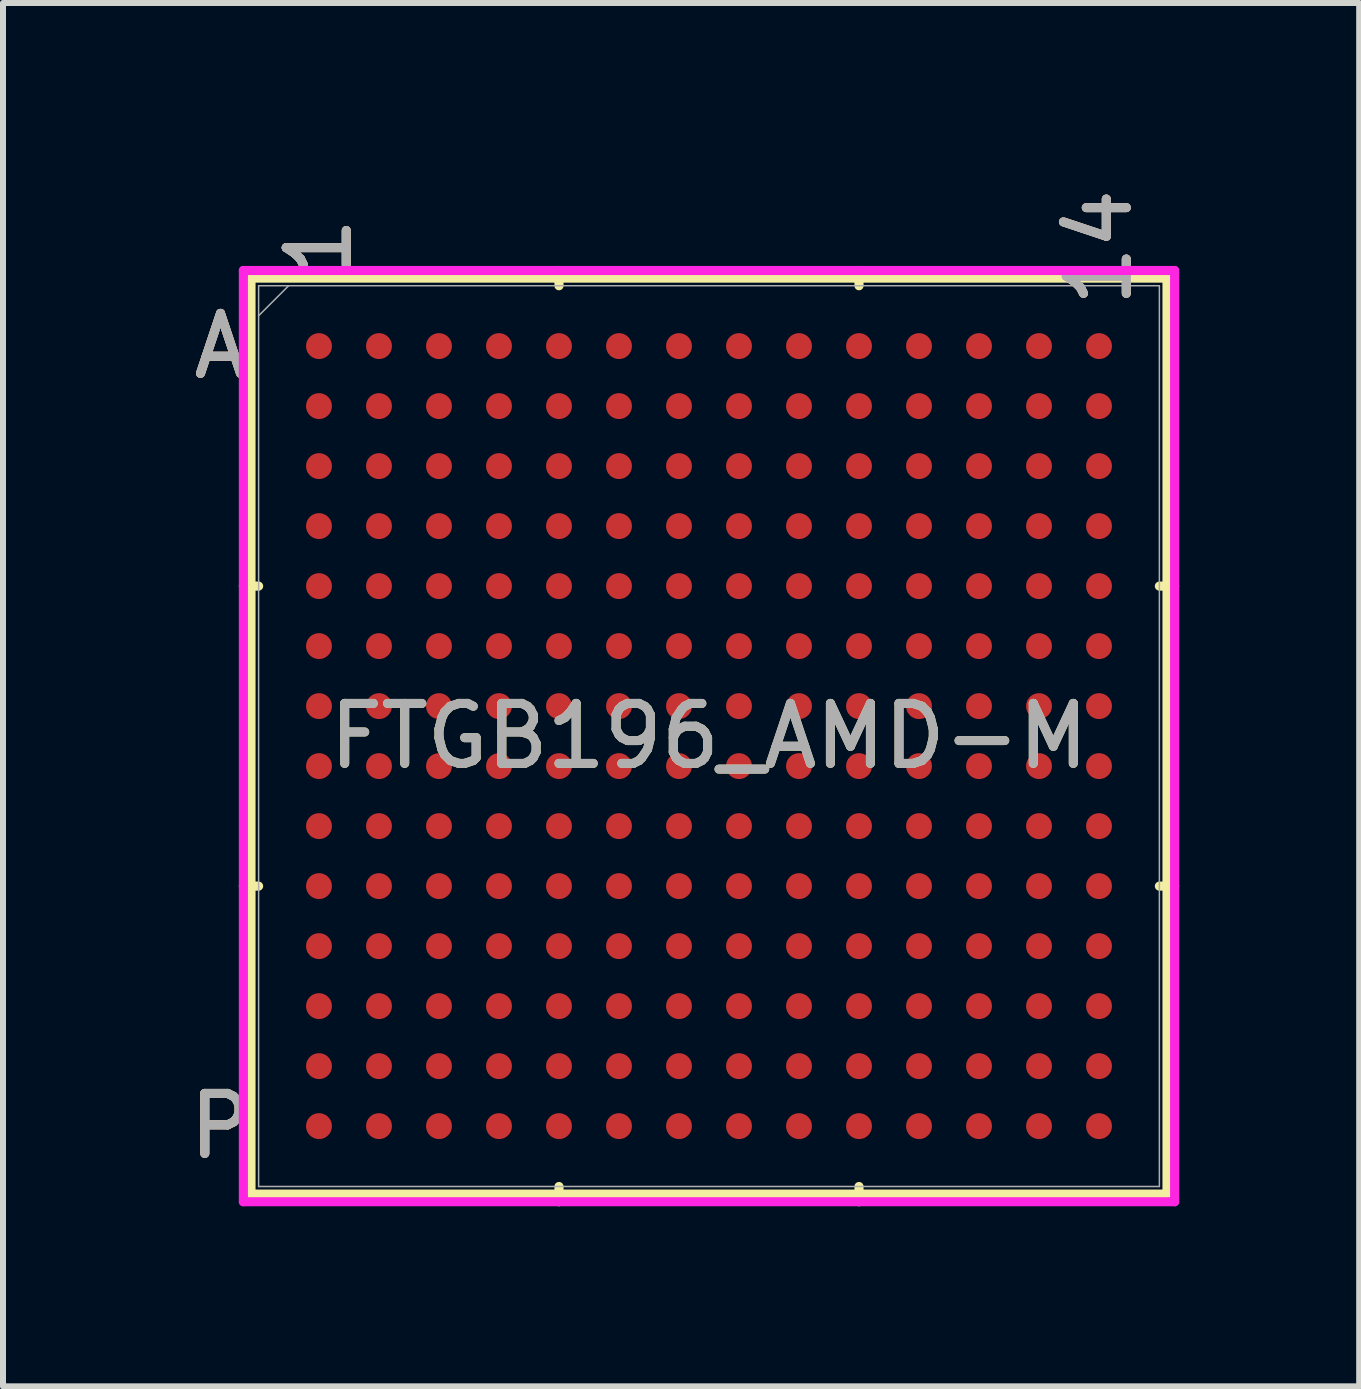
<source format=kicad_pcb>
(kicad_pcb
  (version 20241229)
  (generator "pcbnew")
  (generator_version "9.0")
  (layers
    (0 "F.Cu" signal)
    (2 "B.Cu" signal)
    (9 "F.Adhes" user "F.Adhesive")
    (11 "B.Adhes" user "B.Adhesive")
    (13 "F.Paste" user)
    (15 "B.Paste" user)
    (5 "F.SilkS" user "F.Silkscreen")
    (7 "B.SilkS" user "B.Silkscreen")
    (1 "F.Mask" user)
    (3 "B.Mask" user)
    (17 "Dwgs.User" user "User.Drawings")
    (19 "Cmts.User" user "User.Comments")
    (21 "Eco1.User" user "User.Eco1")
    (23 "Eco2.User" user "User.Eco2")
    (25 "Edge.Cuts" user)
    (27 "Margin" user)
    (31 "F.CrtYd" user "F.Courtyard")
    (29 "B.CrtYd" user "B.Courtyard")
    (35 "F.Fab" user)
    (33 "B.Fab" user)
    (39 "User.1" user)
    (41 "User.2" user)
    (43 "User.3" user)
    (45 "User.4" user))
  (footprint "FTGB196_AMD-M"
    (layer "F.Cu")
    (at 8.766 9.218)
    (property "Reference" "FTGB196_AMD-M" (at 0 0 0) (unlocked yes) (layer "F.SilkS") (effects (font (size 1 1) (thickness 0.15))))
    (attr smd)
    (fp_line (start -7.633 -7.633) (end -7.633 7.633) (stroke (width 0.152) (type solid)) (layer "F.SilkS"))
    (fp_line (start -7.633 7.633) (end 7.633 7.633) (stroke (width 0.152) (type solid)) (layer "F.SilkS"))
    (fp_line (start -7.506 -2.5) (end -7.76 -2.5) (stroke (width 0.152) (type solid)) (layer "F.SilkS"))
    (fp_line (start -7.506 2.5) (end -7.76 2.5) (stroke (width 0.152) (type solid)) (layer "F.SilkS"))
    (fp_line (start -2.5 -7.506) (end -2.5 -7.76) (stroke (width 0.152) (type solid)) (layer "F.SilkS"))
    (fp_line (start -2.5 7.506) (end -2.5 7.76) (stroke (width 0.152) (type solid)) (layer "F.SilkS"))
    (fp_line (start 2.5 -7.506) (end 2.5 -7.76) (stroke (width 0.152) (type solid)) (layer "F.SilkS"))
    (fp_line (start 2.5 7.506) (end 2.5 7.76) (stroke (width 0.152) (type solid)) (layer "F.SilkS"))
    (fp_line (start 7.506 -2.5) (end 7.76 -2.5) (stroke (width 0.152) (type solid)) (layer "F.SilkS"))
    (fp_line (start 7.506 2.5) (end 7.76 2.5) (stroke (width 0.152) (type solid)) (layer "F.SilkS"))
    (fp_line (start 7.633 -7.633) (end -7.633 -7.633) (stroke (width 0.152) (type solid)) (layer "F.SilkS"))
    (fp_line (start 7.633 7.633) (end 7.633 -7.633) (stroke (width 0.152) (type solid)) (layer "F.SilkS"))
    (fp_poly (pts (xy -7.508 -7.508) (xy 7.508 -7.508) (xy 7.508 7.508) (xy -7.508 7.508)) (stroke (width 0.1) (type solid)) (fill no) (layer "Eco2.User"))
    (fp_line (start -7.76 -7.76) (end 7.76 -7.76) (stroke (width 0.152) (type solid)) (layer "F.CrtYd"))
    (fp_line (start -7.76 7.76) (end -7.76 -7.76) (stroke (width 0.152) (type solid)) (layer "F.CrtYd"))
    (fp_line (start 7.76 -7.76) (end 7.76 7.76) (stroke (width 0.152) (type solid)) (layer "F.CrtYd"))
    (fp_line (start 7.76 7.76) (end -7.76 7.76) (stroke (width 0.152) (type solid)) (layer "F.CrtYd"))
    (fp_line (start -7.506 -7.506) (end -7.506 7.506) (stroke (width 0.025) (type solid)) (layer "F.Fab"))
    (fp_line (start -7.506 7.506) (end 7.506 7.506) (stroke (width 0.025) (type solid)) (layer "F.Fab"))
    (fp_line (start -7.006 -7.506) (end -7.506 -7.006) (stroke (width 0.025) (type solid)) (layer "F.Fab"))
    (fp_line (start 7.506 -7.506) (end -7.506 -7.506) (stroke (width 0.025) (type solid)) (layer "F.Fab"))
    (fp_line (start 7.506 7.506) (end 7.506 -7.506) (stroke (width 0.025) (type solid)) (layer "F.Fab"))
    (fp_text user "A" (at -8.141 -6.5 0) (unlocked yes) (layer "F.SilkS") (effects (font (size 1 1) (thickness 0.15))))
    (fp_text user "P" (at -8.141 6.5 0) (unlocked yes) (layer "F.SilkS") (effects (font (size 1 1) (thickness 0.15))))
    (fp_text user "1" (at -6.5 -8.141 90) (unlocked yes) (layer "F.SilkS") (effects (font (size 1 1) (thickness 0.15))))
    (fp_text user "14" (at 6.5 -8.141 90) (unlocked yes) (layer "F.SilkS") (effects (font (size 1 1) (thickness 0.15))))
    (fp_text user "A" (at -8.141 -6.5 0) (unlocked yes) (layer "B.SilkS") (effects (font (size 1 1) (thickness 0.15))))
    (fp_text user "1" (at -6.5 -8.141 90) (unlocked yes) (layer "B.SilkS") (effects (font (size 1 1) (thickness 0.15))))
    (fp_text user "14" (at 6.5 -8.141 90) (unlocked yes) (layer "B.SilkS") (effects (font (size 1 1) (thickness 0.15))))
    (fp_text user "P" (at -8.141 6.5 0) (unlocked yes) (layer "B.SilkS") (effects (font (size 1 1) (thickness 0.15))))
    (fp_text user "P" (at -8.141 6.5 0) (unlocked yes) (layer "F.Fab") (effects (font (size 1 1) (thickness 0.15))))
    (fp_text user "14" (at 6.5 -8.141 90) (unlocked yes) (layer "F.Fab") (effects (font (size 1 1) (thickness 0.15))))
    (fp_text user "A" (at -8.141 -6.5 0) (unlocked yes) (layer "F.Fab") (effects (font (size 1 1) (thickness 0.15))))
    (fp_text user "${REFERENCE}" (at 0 0 0) (unlocked yes) (layer "F.Fab") (effects (font (size 1 1) (thickness 0.15))))
    (fp_text user "1" (at -6.5 -8.141 90) (unlocked yes) (layer "F.Fab") (effects (font (size 1 1) (thickness 0.15))))
    (pad "A1" smd circle (at -6.5 -6.5) (size 0.432 0.432) (layers "F.Cu" "F.Mask" "F.Paste"))
    (pad "A2" smd circle (at -5.5 -6.5) (size 0.432 0.432) (layers "F.Cu" "F.Mask" "F.Paste"))
    (pad "A3" smd circle (at -4.5 -6.5) (size 0.432 0.432) (layers "F.Cu" "F.Mask" "F.Paste"))
    (pad "A4" smd circle (at -3.5 -6.5) (size 0.432 0.432) (layers "F.Cu" "F.Mask" "F.Paste"))
    (pad "A5" smd circle (at -2.5 -6.5) (size 0.432 0.432) (layers "F.Cu" "F.Mask" "F.Paste"))
    (pad "A6" smd circle (at -1.5 -6.5) (size 0.432 0.432) (layers "F.Cu" "F.Mask" "F.Paste"))
    (pad "A7" smd circle (at -0.5 -6.5) (size 0.432 0.432) (layers "F.Cu" "F.Mask" "F.Paste"))
    (pad "A8" smd circle (at 0.5 -6.5) (size 0.432 0.432) (layers "F.Cu" "F.Mask" "F.Paste"))
    (pad "A9" smd circle (at 1.5 -6.5) (size 0.432 0.432) (layers "F.Cu" "F.Mask" "F.Paste"))
    (pad "A10" smd circle (at 2.5 -6.5) (size 0.432 0.432) (layers "F.Cu" "F.Mask" "F.Paste"))
    (pad "A11" smd circle (at 3.5 -6.5) (size 0.432 0.432) (layers "F.Cu" "F.Mask" "F.Paste"))
    (pad "A12" smd circle (at 4.5 -6.5) (size 0.432 0.432) (layers "F.Cu" "F.Mask" "F.Paste"))
    (pad "A13" smd circle (at 5.5 -6.5) (size 0.432 0.432) (layers "F.Cu" "F.Mask" "F.Paste"))
    (pad "A14" smd circle (at 6.5 -6.5) (size 0.432 0.432) (layers "F.Cu" "F.Mask" "F.Paste"))
    (pad "B1" smd circle (at -6.5 -5.5) (size 0.432 0.432) (layers "F.Cu" "F.Mask" "F.Paste"))
    (pad "B2" smd circle (at -5.5 -5.5) (size 0.432 0.432) (layers "F.Cu" "F.Mask" "F.Paste"))
    (pad "B3" smd circle (at -4.5 -5.5) (size 0.432 0.432) (layers "F.Cu" "F.Mask" "F.Paste"))
    (pad "B4" smd circle (at -3.5 -5.5) (size 0.432 0.432) (layers "F.Cu" "F.Mask" "F.Paste"))
    (pad "B5" smd circle (at -2.5 -5.5) (size 0.432 0.432) (layers "F.Cu" "F.Mask" "F.Paste"))
    (pad "B6" smd circle (at -1.5 -5.5) (size 0.432 0.432) (layers "F.Cu" "F.Mask" "F.Paste"))
    (pad "B7" smd circle (at -0.5 -5.5) (size 0.432 0.432) (layers "F.Cu" "F.Mask" "F.Paste"))
    (pad "B8" smd circle (at 0.5 -5.5) (size 0.432 0.432) (layers "F.Cu" "F.Mask" "F.Paste"))
    (pad "B9" smd circle (at 1.5 -5.5) (size 0.432 0.432) (layers "F.Cu" "F.Mask" "F.Paste"))
    (pad "B10" smd circle (at 2.5 -5.5) (size 0.432 0.432) (layers "F.Cu" "F.Mask" "F.Paste"))
    (pad "B11" smd circle (at 3.5 -5.5) (size 0.432 0.432) (layers "F.Cu" "F.Mask" "F.Paste"))
    (pad "B12" smd circle (at 4.5 -5.5) (size 0.432 0.432) (layers "F.Cu" "F.Mask" "F.Paste"))
    (pad "B13" smd circle (at 5.5 -5.5) (size 0.432 0.432) (layers "F.Cu" "F.Mask" "F.Paste"))
    (pad "B14" smd circle (at 6.5 -5.5) (size 0.432 0.432) (layers "F.Cu" "F.Mask" "F.Paste"))
    (pad "C1" smd circle (at -6.5 -4.5) (size 0.432 0.432) (layers "F.Cu" "F.Mask" "F.Paste"))
    (pad "C2" smd circle (at -5.5 -4.5) (size 0.432 0.432) (layers "F.Cu" "F.Mask" "F.Paste"))
    (pad "C3" smd circle (at -4.5 -4.5) (size 0.432 0.432) (layers "F.Cu" "F.Mask" "F.Paste"))
    (pad "C4" smd circle (at -3.5 -4.5) (size 0.432 0.432) (layers "F.Cu" "F.Mask" "F.Paste"))
    (pad "C5" smd circle (at -2.5 -4.5) (size 0.432 0.432) (layers "F.Cu" "F.Mask" "F.Paste"))
    (pad "C6" smd circle (at -1.5 -4.5) (size 0.432 0.432) (layers "F.Cu" "F.Mask" "F.Paste"))
    (pad "C7" smd circle (at -0.5 -4.5) (size 0.432 0.432) (layers "F.Cu" "F.Mask" "F.Paste"))
    (pad "C8" smd circle (at 0.5 -4.5) (size 0.432 0.432) (layers "F.Cu" "F.Mask" "F.Paste"))
    (pad "C9" smd circle (at 1.5 -4.5) (size 0.432 0.432) (layers "F.Cu" "F.Mask" "F.Paste"))
    (pad "C10" smd circle (at 2.5 -4.5) (size 0.432 0.432) (layers "F.Cu" "F.Mask" "F.Paste"))
    (pad "C11" smd circle (at 3.5 -4.5) (size 0.432 0.432) (layers "F.Cu" "F.Mask" "F.Paste"))
    (pad "C12" smd circle (at 4.5 -4.5) (size 0.432 0.432) (layers "F.Cu" "F.Mask" "F.Paste"))
    (pad "C13" smd circle (at 5.5 -4.5) (size 0.432 0.432) (layers "F.Cu" "F.Mask" "F.Paste"))
    (pad "C14" smd circle (at 6.5 -4.5) (size 0.432 0.432) (layers "F.Cu" "F.Mask" "F.Paste"))
    (pad "D1" smd circle (at -6.5 -3.5) (size 0.432 0.432) (layers "F.Cu" "F.Mask" "F.Paste"))
    (pad "D2" smd circle (at -5.5 -3.5) (size 0.432 0.432) (layers "F.Cu" "F.Mask" "F.Paste"))
    (pad "D3" smd circle (at -4.5 -3.5) (size 0.432 0.432) (layers "F.Cu" "F.Mask" "F.Paste"))
    (pad "D4" smd circle (at -3.5 -3.5) (size 0.432 0.432) (layers "F.Cu" "F.Mask" "F.Paste"))
    (pad "D5" smd circle (at -2.5 -3.5) (size 0.432 0.432) (layers "F.Cu" "F.Mask" "F.Paste"))
    (pad "D6" smd circle (at -1.5 -3.5) (size 0.432 0.432) (layers "F.Cu" "F.Mask" "F.Paste"))
    (pad "D7" smd circle (at -0.5 -3.5) (size 0.432 0.432) (layers "F.Cu" "F.Mask" "F.Paste"))
    (pad "D8" smd circle (at 0.5 -3.5) (size 0.432 0.432) (layers "F.Cu" "F.Mask" "F.Paste"))
    (pad "D9" smd circle (at 1.5 -3.5) (size 0.432 0.432) (layers "F.Cu" "F.Mask" "F.Paste"))
    (pad "D10" smd circle (at 2.5 -3.5) (size 0.432 0.432) (layers "F.Cu" "F.Mask" "F.Paste"))
    (pad "D11" smd circle (at 3.5 -3.5) (size 0.432 0.432) (layers "F.Cu" "F.Mask" "F.Paste"))
    (pad "D12" smd circle (at 4.5 -3.5) (size 0.432 0.432) (layers "F.Cu" "F.Mask" "F.Paste"))
    (pad "D13" smd circle (at 5.5 -3.5) (size 0.432 0.432) (layers "F.Cu" "F.Mask" "F.Paste"))
    (pad "D14" smd circle (at 6.5 -3.5) (size 0.432 0.432) (layers "F.Cu" "F.Mask" "F.Paste"))
    (pad "E1" smd circle (at -6.5 -2.5) (size 0.432 0.432) (layers "F.Cu" "F.Mask" "F.Paste"))
    (pad "E2" smd circle (at -5.5 -2.5) (size 0.432 0.432) (layers "F.Cu" "F.Mask" "F.Paste"))
    (pad "E3" smd circle (at -4.5 -2.5) (size 0.432 0.432) (layers "F.Cu" "F.Mask" "F.Paste"))
    (pad "E4" smd circle (at -3.5 -2.5) (size 0.432 0.432) (layers "F.Cu" "F.Mask" "F.Paste"))
    (pad "E5" smd circle (at -2.5 -2.5) (size 0.432 0.432) (layers "F.Cu" "F.Mask" "F.Paste"))
    (pad "E6" smd circle (at -1.5 -2.5) (size 0.432 0.432) (layers "F.Cu" "F.Mask" "F.Paste"))
    (pad "E7" smd circle (at -0.5 -2.5) (size 0.432 0.432) (layers "F.Cu" "F.Mask" "F.Paste"))
    (pad "E8" smd circle (at 0.5 -2.5) (size 0.432 0.432) (layers "F.Cu" "F.Mask" "F.Paste"))
    (pad "E9" smd circle (at 1.5 -2.5) (size 0.432 0.432) (layers "F.Cu" "F.Mask" "F.Paste"))
    (pad "E10" smd circle (at 2.5 -2.5) (size 0.432 0.432) (layers "F.Cu" "F.Mask" "F.Paste"))
    (pad "E11" smd circle (at 3.5 -2.5) (size 0.432 0.432) (layers "F.Cu" "F.Mask" "F.Paste"))
    (pad "E12" smd circle (at 4.5 -2.5) (size 0.432 0.432) (layers "F.Cu" "F.Mask" "F.Paste"))
    (pad "E13" smd circle (at 5.5 -2.5) (size 0.432 0.432) (layers "F.Cu" "F.Mask" "F.Paste"))
    (pad "E14" smd circle (at 6.5 -2.5) (size 0.432 0.432) (layers "F.Cu" "F.Mask" "F.Paste"))
    (pad "F1" smd circle (at -6.5 -1.5) (size 0.432 0.432) (layers "F.Cu" "F.Mask" "F.Paste"))
    (pad "F2" smd circle (at -5.5 -1.5) (size 0.432 0.432) (layers "F.Cu" "F.Mask" "F.Paste"))
    (pad "F3" smd circle (at -4.5 -1.5) (size 0.432 0.432) (layers "F.Cu" "F.Mask" "F.Paste"))
    (pad "F4" smd circle (at -3.5 -1.5) (size 0.432 0.432) (layers "F.Cu" "F.Mask" "F.Paste"))
    (pad "F5" smd circle (at -2.5 -1.5) (size 0.432 0.432) (layers "F.Cu" "F.Mask" "F.Paste"))
    (pad "F6" smd circle (at -1.5 -1.5) (size 0.432 0.432) (layers "F.Cu" "F.Mask" "F.Paste"))
    (pad "F7" smd circle (at -0.5 -1.5) (size 0.432 0.432) (layers "F.Cu" "F.Mask" "F.Paste"))
    (pad "F8" smd circle (at 0.5 -1.5) (size 0.432 0.432) (layers "F.Cu" "F.Mask" "F.Paste"))
    (pad "F9" smd circle (at 1.5 -1.5) (size 0.432 0.432) (layers "F.Cu" "F.Mask" "F.Paste"))
    (pad "F10" smd circle (at 2.5 -1.5) (size 0.432 0.432) (layers "F.Cu" "F.Mask" "F.Paste"))
    (pad "F11" smd circle (at 3.5 -1.5) (size 0.432 0.432) (layers "F.Cu" "F.Mask" "F.Paste"))
    (pad "F12" smd circle (at 4.5 -1.5) (size 0.432 0.432) (layers "F.Cu" "F.Mask" "F.Paste"))
    (pad "F13" smd circle (at 5.5 -1.5) (size 0.432 0.432) (layers "F.Cu" "F.Mask" "F.Paste"))
    (pad "F14" smd circle (at 6.5 -1.5) (size 0.432 0.432) (layers "F.Cu" "F.Mask" "F.Paste"))
    (pad "G1" smd circle (at -6.5 -0.5) (size 0.432 0.432) (layers "F.Cu" "F.Mask" "F.Paste"))
    (pad "G2" smd circle (at -5.5 -0.5) (size 0.432 0.432) (layers "F.Cu" "F.Mask" "F.Paste"))
    (pad "G3" smd circle (at -4.5 -0.5) (size 0.432 0.432) (layers "F.Cu" "F.Mask" "F.Paste"))
    (pad "G4" smd circle (at -3.5 -0.5) (size 0.432 0.432) (layers "F.Cu" "F.Mask" "F.Paste"))
    (pad "G5" smd circle (at -2.5 -0.5) (size 0.432 0.432) (layers "F.Cu" "F.Mask" "F.Paste"))
    (pad "G6" smd circle (at -1.5 -0.5) (size 0.432 0.432) (layers "F.Cu" "F.Mask" "F.Paste"))
    (pad "G7" smd circle (at -0.5 -0.5) (size 0.432 0.432) (layers "F.Cu" "F.Mask" "F.Paste"))
    (pad "G8" smd circle (at 0.5 -0.5) (size 0.432 0.432) (layers "F.Cu" "F.Mask" "F.Paste"))
    (pad "G9" smd circle (at 1.5 -0.5) (size 0.432 0.432) (layers "F.Cu" "F.Mask" "F.Paste"))
    (pad "G10" smd circle (at 2.5 -0.5) (size 0.432 0.432) (layers "F.Cu" "F.Mask" "F.Paste"))
    (pad "G11" smd circle (at 3.5 -0.5) (size 0.432 0.432) (layers "F.Cu" "F.Mask" "F.Paste"))
    (pad "G12" smd circle (at 4.5 -0.5) (size 0.432 0.432) (layers "F.Cu" "F.Mask" "F.Paste"))
    (pad "G13" smd circle (at 5.5 -0.5) (size 0.432 0.432) (layers "F.Cu" "F.Mask" "F.Paste"))
    (pad "G14" smd circle (at 6.5 -0.5) (size 0.432 0.432) (layers "F.Cu" "F.Mask" "F.Paste"))
    (pad "H1" smd circle (at -6.5 0.5) (size 0.432 0.432) (layers "F.Cu" "F.Mask" "F.Paste"))
    (pad "H2" smd circle (at -5.5 0.5) (size 0.432 0.432) (layers "F.Cu" "F.Mask" "F.Paste"))
    (pad "H3" smd circle (at -4.5 0.5) (size 0.432 0.432) (layers "F.Cu" "F.Mask" "F.Paste"))
    (pad "H4" smd circle (at -3.5 0.5) (size 0.432 0.432) (layers "F.Cu" "F.Mask" "F.Paste"))
    (pad "H5" smd circle (at -2.5 0.5) (size 0.432 0.432) (layers "F.Cu" "F.Mask" "F.Paste"))
    (pad "H6" smd circle (at -1.5 0.5) (size 0.432 0.432) (layers "F.Cu" "F.Mask" "F.Paste"))
    (pad "H7" smd circle (at -0.5 0.5) (size 0.432 0.432) (layers "F.Cu" "F.Mask" "F.Paste"))
    (pad "H8" smd circle (at 0.5 0.5) (size 0.432 0.432) (layers "F.Cu" "F.Mask" "F.Paste"))
    (pad "H9" smd circle (at 1.5 0.5) (size 0.432 0.432) (layers "F.Cu" "F.Mask" "F.Paste"))
    (pad "H10" smd circle (at 2.5 0.5) (size 0.432 0.432) (layers "F.Cu" "F.Mask" "F.Paste"))
    (pad "H11" smd circle (at 3.5 0.5) (size 0.432 0.432) (layers "F.Cu" "F.Mask" "F.Paste"))
    (pad "H12" smd circle (at 4.5 0.5) (size 0.432 0.432) (layers "F.Cu" "F.Mask" "F.Paste"))
    (pad "H13" smd circle (at 5.5 0.5) (size 0.432 0.432) (layers "F.Cu" "F.Mask" "F.Paste"))
    (pad "H14" smd circle (at 6.5 0.5) (size 0.432 0.432) (layers "F.Cu" "F.Mask" "F.Paste"))
    (pad "J1" smd circle (at -6.5 1.5) (size 0.432 0.432) (layers "F.Cu" "F.Mask" "F.Paste"))
    (pad "J2" smd circle (at -5.5 1.5) (size 0.432 0.432) (layers "F.Cu" "F.Mask" "F.Paste"))
    (pad "J3" smd circle (at -4.5 1.5) (size 0.432 0.432) (layers "F.Cu" "F.Mask" "F.Paste"))
    (pad "J4" smd circle (at -3.5 1.5) (size 0.432 0.432) (layers "F.Cu" "F.Mask" "F.Paste"))
    (pad "J5" smd circle (at -2.5 1.5) (size 0.432 0.432) (layers "F.Cu" "F.Mask" "F.Paste"))
    (pad "J6" smd circle (at -1.5 1.5) (size 0.432 0.432) (layers "F.Cu" "F.Mask" "F.Paste"))
    (pad "J7" smd circle (at -0.5 1.5) (size 0.432 0.432) (layers "F.Cu" "F.Mask" "F.Paste"))
    (pad "J8" smd circle (at 0.5 1.5) (size 0.432 0.432) (layers "F.Cu" "F.Mask" "F.Paste"))
    (pad "J9" smd circle (at 1.5 1.5) (size 0.432 0.432) (layers "F.Cu" "F.Mask" "F.Paste"))
    (pad "J10" smd circle (at 2.5 1.5) (size 0.432 0.432) (layers "F.Cu" "F.Mask" "F.Paste"))
    (pad "J11" smd circle (at 3.5 1.5) (size 0.432 0.432) (layers "F.Cu" "F.Mask" "F.Paste"))
    (pad "J12" smd circle (at 4.5 1.5) (size 0.432 0.432) (layers "F.Cu" "F.Mask" "F.Paste"))
    (pad "J13" smd circle (at 5.5 1.5) (size 0.432 0.432) (layers "F.Cu" "F.Mask" "F.Paste"))
    (pad "J14" smd circle (at 6.5 1.5) (size 0.432 0.432) (layers "F.Cu" "F.Mask" "F.Paste"))
    (pad "K1" smd circle (at -6.5 2.5) (size 0.432 0.432) (layers "F.Cu" "F.Mask" "F.Paste"))
    (pad "K2" smd circle (at -5.5 2.5) (size 0.432 0.432) (layers "F.Cu" "F.Mask" "F.Paste"))
    (pad "K3" smd circle (at -4.5 2.5) (size 0.432 0.432) (layers "F.Cu" "F.Mask" "F.Paste"))
    (pad "K4" smd circle (at -3.5 2.5) (size 0.432 0.432) (layers "F.Cu" "F.Mask" "F.Paste"))
    (pad "K5" smd circle (at -2.5 2.5) (size 0.432 0.432) (layers "F.Cu" "F.Mask" "F.Paste"))
    (pad "K6" smd circle (at -1.5 2.5) (size 0.432 0.432) (layers "F.Cu" "F.Mask" "F.Paste"))
    (pad "K7" smd circle (at -0.5 2.5) (size 0.432 0.432) (layers "F.Cu" "F.Mask" "F.Paste"))
    (pad "K8" smd circle (at 0.5 2.5) (size 0.432 0.432) (layers "F.Cu" "F.Mask" "F.Paste"))
    (pad "K9" smd circle (at 1.5 2.5) (size 0.432 0.432) (layers "F.Cu" "F.Mask" "F.Paste"))
    (pad "K10" smd circle (at 2.5 2.5) (size 0.432 0.432) (layers "F.Cu" "F.Mask" "F.Paste"))
    (pad "K11" smd circle (at 3.5 2.5) (size 0.432 0.432) (layers "F.Cu" "F.Mask" "F.Paste"))
    (pad "K12" smd circle (at 4.5 2.5) (size 0.432 0.432) (layers "F.Cu" "F.Mask" "F.Paste"))
    (pad "K13" smd circle (at 5.5 2.5) (size 0.432 0.432) (layers "F.Cu" "F.Mask" "F.Paste"))
    (pad "K14" smd circle (at 6.5 2.5) (size 0.432 0.432) (layers "F.Cu" "F.Mask" "F.Paste"))
    (pad "L1" smd circle (at -6.5 3.5) (size 0.432 0.432) (layers "F.Cu" "F.Mask" "F.Paste"))
    (pad "L2" smd circle (at -5.5 3.5) (size 0.432 0.432) (layers "F.Cu" "F.Mask" "F.Paste"))
    (pad "L3" smd circle (at -4.5 3.5) (size 0.432 0.432) (layers "F.Cu" "F.Mask" "F.Paste"))
    (pad "L4" smd circle (at -3.5 3.5) (size 0.432 0.432) (layers "F.Cu" "F.Mask" "F.Paste"))
    (pad "L5" smd circle (at -2.5 3.5) (size 0.432 0.432) (layers "F.Cu" "F.Mask" "F.Paste"))
    (pad "L6" smd circle (at -1.5 3.5) (size 0.432 0.432) (layers "F.Cu" "F.Mask" "F.Paste"))
    (pad "L7" smd circle (at -0.5 3.5) (size 0.432 0.432) (layers "F.Cu" "F.Mask" "F.Paste"))
    (pad "L8" smd circle (at 0.5 3.5) (size 0.432 0.432) (layers "F.Cu" "F.Mask" "F.Paste"))
    (pad "L9" smd circle (at 1.5 3.5) (size 0.432 0.432) (layers "F.Cu" "F.Mask" "F.Paste"))
    (pad "L10" smd circle (at 2.5 3.5) (size 0.432 0.432) (layers "F.Cu" "F.Mask" "F.Paste"))
    (pad "L11" smd circle (at 3.5 3.5) (size 0.432 0.432) (layers "F.Cu" "F.Mask" "F.Paste"))
    (pad "L12" smd circle (at 4.5 3.5) (size 0.432 0.432) (layers "F.Cu" "F.Mask" "F.Paste"))
    (pad "L13" smd circle (at 5.5 3.5) (size 0.432 0.432) (layers "F.Cu" "F.Mask" "F.Paste"))
    (pad "L14" smd circle (at 6.5 3.5) (size 0.432 0.432) (layers "F.Cu" "F.Mask" "F.Paste"))
    (pad "M1" smd circle (at -6.5 4.5) (size 0.432 0.432) (layers "F.Cu" "F.Mask" "F.Paste"))
    (pad "M2" smd circle (at -5.5 4.5) (size 0.432 0.432) (layers "F.Cu" "F.Mask" "F.Paste"))
    (pad "M3" smd circle (at -4.5 4.5) (size 0.432 0.432) (layers "F.Cu" "F.Mask" "F.Paste"))
    (pad "M4" smd circle (at -3.5 4.5) (size 0.432 0.432) (layers "F.Cu" "F.Mask" "F.Paste"))
    (pad "M5" smd circle (at -2.5 4.5) (size 0.432 0.432) (layers "F.Cu" "F.Mask" "F.Paste"))
    (pad "M6" smd circle (at -1.5 4.5) (size 0.432 0.432) (layers "F.Cu" "F.Mask" "F.Paste"))
    (pad "M7" smd circle (at -0.5 4.5) (size 0.432 0.432) (layers "F.Cu" "F.Mask" "F.Paste"))
    (pad "M8" smd circle (at 0.5 4.5) (size 0.432 0.432) (layers "F.Cu" "F.Mask" "F.Paste"))
    (pad "M9" smd circle (at 1.5 4.5) (size 0.432 0.432) (layers "F.Cu" "F.Mask" "F.Paste"))
    (pad "M10" smd circle (at 2.5 4.5) (size 0.432 0.432) (layers "F.Cu" "F.Mask" "F.Paste"))
    (pad "M11" smd circle (at 3.5 4.5) (size 0.432 0.432) (layers "F.Cu" "F.Mask" "F.Paste"))
    (pad "M12" smd circle (at 4.5 4.5) (size 0.432 0.432) (layers "F.Cu" "F.Mask" "F.Paste"))
    (pad "M13" smd circle (at 5.5 4.5) (size 0.432 0.432) (layers "F.Cu" "F.Mask" "F.Paste"))
    (pad "M14" smd circle (at 6.5 4.5) (size 0.432 0.432) (layers "F.Cu" "F.Mask" "F.Paste"))
    (pad "N1" smd circle (at -6.5 5.5) (size 0.432 0.432) (layers "F.Cu" "F.Mask" "F.Paste"))
    (pad "N2" smd circle (at -5.5 5.5) (size 0.432 0.432) (layers "F.Cu" "F.Mask" "F.Paste"))
    (pad "N3" smd circle (at -4.5 5.5) (size 0.432 0.432) (layers "F.Cu" "F.Mask" "F.Paste"))
    (pad "N4" smd circle (at -3.5 5.5) (size 0.432 0.432) (layers "F.Cu" "F.Mask" "F.Paste"))
    (pad "N5" smd circle (at -2.5 5.5) (size 0.432 0.432) (layers "F.Cu" "F.Mask" "F.Paste"))
    (pad "N6" smd circle (at -1.5 5.5) (size 0.432 0.432) (layers "F.Cu" "F.Mask" "F.Paste"))
    (pad "N7" smd circle (at -0.5 5.5) (size 0.432 0.432) (layers "F.Cu" "F.Mask" "F.Paste"))
    (pad "N8" smd circle (at 0.5 5.5) (size 0.432 0.432) (layers "F.Cu" "F.Mask" "F.Paste"))
    (pad "N9" smd circle (at 1.5 5.5) (size 0.432 0.432) (layers "F.Cu" "F.Mask" "F.Paste"))
    (pad "N10" smd circle (at 2.5 5.5) (size 0.432 0.432) (layers "F.Cu" "F.Mask" "F.Paste"))
    (pad "N11" smd circle (at 3.5 5.5) (size 0.432 0.432) (layers "F.Cu" "F.Mask" "F.Paste"))
    (pad "N12" smd circle (at 4.5 5.5) (size 0.432 0.432) (layers "F.Cu" "F.Mask" "F.Paste"))
    (pad "N13" smd circle (at 5.5 5.5) (size 0.432 0.432) (layers "F.Cu" "F.Mask" "F.Paste"))
    (pad "N14" smd circle (at 6.5 5.5) (size 0.432 0.432) (layers "F.Cu" "F.Mask" "F.Paste"))
    (pad "P1" smd circle (at -6.5 6.5) (size 0.432 0.432) (layers "F.Cu" "F.Mask" "F.Paste"))
    (pad "P2" smd circle (at -5.5 6.5) (size 0.432 0.432) (layers "F.Cu" "F.Mask" "F.Paste"))
    (pad "P3" smd circle (at -4.5 6.5) (size 0.432 0.432) (layers "F.Cu" "F.Mask" "F.Paste"))
    (pad "P4" smd circle (at -3.5 6.5) (size 0.432 0.432) (layers "F.Cu" "F.Mask" "F.Paste"))
    (pad "P5" smd circle (at -2.5 6.5) (size 0.432 0.432) (layers "F.Cu" "F.Mask" "F.Paste"))
    (pad "P6" smd circle (at -1.5 6.5) (size 0.432 0.432) (layers "F.Cu" "F.Mask" "F.Paste"))
    (pad "P7" smd circle (at -0.5 6.5) (size 0.432 0.432) (layers "F.Cu" "F.Mask" "F.Paste"))
    (pad "P8" smd circle (at 0.5 6.5) (size 0.432 0.432) (layers "F.Cu" "F.Mask" "F.Paste"))
    (pad "P9" smd circle (at 1.5 6.5) (size 0.432 0.432) (layers "F.Cu" "F.Mask" "F.Paste"))
    (pad "P10" smd circle (at 2.5 6.5) (size 0.432 0.432) (layers "F.Cu" "F.Mask" "F.Paste"))
    (pad "P11" smd circle (at 3.5 6.5) (size 0.432 0.432) (layers "F.Cu" "F.Mask" "F.Paste"))
    (pad "P12" smd circle (at 4.5 6.5) (size 0.432 0.432) (layers "F.Cu" "F.Mask" "F.Paste"))
    (pad "P13" smd circle (at 5.5 6.5) (size 0.432 0.432) (layers "F.Cu" "F.Mask" "F.Paste"))
    (pad "P14" smd circle (at 6.5 6.5) (size 0.432 0.432) (layers "F.Cu" "F.Mask" "F.Paste")))
  (gr_rect
    (start -3 -3)
    (end 19.602 20.054)
    (stroke (width 0.1) (type default))
    (fill no)
    (layer "Edge.Cuts")))
</source>
